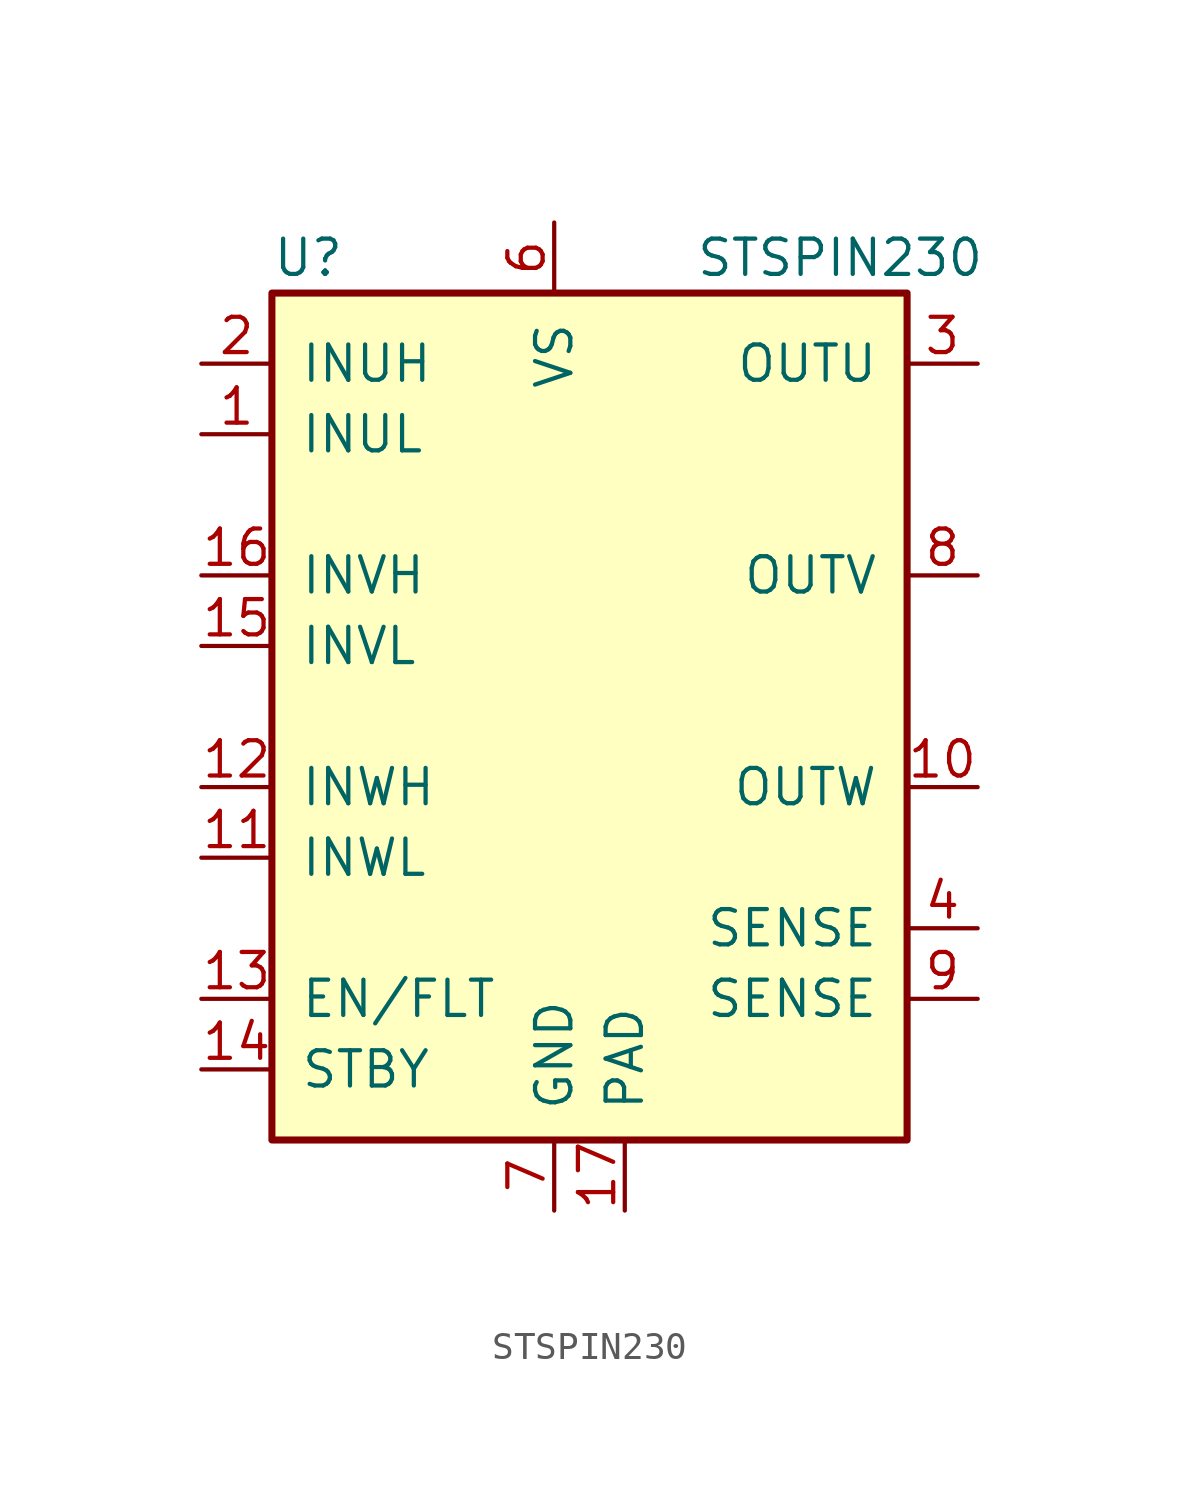
<source format=kicad_sym>
(kicad_symbol_lib
  (version 20211014)
  (generator kicad_symbol_editor)
  (symbol "STSPIN230"
    (pin_names
      (offset 1.016))
    (property "Reference" "U"
      (at -10.16 16.51 0)
      (effects (font (size 1.27 1.27)) (justify left)))
    (property "Value" "STSPIN230"
      (at 5.08 16.51 0)
      (effects (font (size 1.27 1.27)) (justify left)))
    (symbol "STSPIN230_0_1"
      (rectangle (start -10.16 15.24) (end 12.7 -15.24) (stroke (width 0.254) (type default) (color 0 0 0 0)) (fill (type background))))
    (symbol "STSPIN230_1_1"
      (pin input line (at -12.7 12.7 0) (length 2.54) (name "INUH" (effects (font (size 1.27 1.27)))) (number "2" (effects (font (size 1.27 1.27)))))
      (pin power_out line (at 15.24 -2.54 180) (length 2.54) (name "OUTW" (effects (font (size 1.27 1.27)))) (number "10" (effects (font (size 1.27 1.27)))))
      (pin input line (at -12.7 -5.08 0) (length 2.54) (name "INWL" (effects (font (size 1.27 1.27)))) (number "11" (effects (font (size 1.27 1.27)))))
      (pin input line (at -12.7 -2.54 0) (length 2.54) (name "INWH" (effects (font (size 1.27 1.27)))) (number "12" (effects (font (size 1.27 1.27)))))
      (pin bidirectional line (at -12.7 -10.16 0) (length 2.54) (name "EN/FLT" (effects (font (size 1.27 1.27)))) (number "13" (effects (font (size 1.27 1.27)))))
      (pin input line (at -12.7 -12.7 0) (length 2.54) (name "STBY" (effects (font (size 1.27 1.27)))) (number "14" (effects (font (size 1.27 1.27)))))
      (pin input line (at -12.7 2.54 0) (length 2.54) (name "INVL" (effects (font (size 1.27 1.27)))) (number "15" (effects (font (size 1.27 1.27)))))
      (pin input line (at -12.7 5.08 0) (length 2.54) (name "INVH" (effects (font (size 1.27 1.27)))) (number "16" (effects (font (size 1.27 1.27)))))
      (pin power_in line (at 2.54 -17.78 90) (length 2.54) (name "PAD" (effects (font (size 1.27 1.27)))) (number "17" (effects (font (size 1.27 1.27)))))
      (pin input line (at -12.7 10.16 0) (length 2.54) (name "INUL" (effects (font (size 1.27 1.27)))) (number "1" (effects (font (size 1.27 1.27)))))
      (pin power_out line (at 15.24 12.7 180) (length 2.54) (name "OUTU" (effects (font (size 1.27 1.27)))) (number "3" (effects (font (size 1.27 1.27)))))
      (pin input line (at 15.24 -7.62 180) (length 2.54) (name "SENSE" (effects (font (size 1.27 1.27)))) (number "4" (effects (font (size 1.27 1.27)))))
      (pin no_connect line (at 5.08 -17.78 90) (length 2.54) hide (name "NC" (effects (font (size 1.27 1.27)))) (number "5" (effects (font (size 1.27 1.27)))))
      (pin power_in line (at 0 17.78 270) (length 2.54) (name "VS" (effects (font (size 1.27 1.27)))) (number "6" (effects (font (size 1.27 1.27)))))
      (pin power_in line (at 0 -17.78 90) (length 2.54) (name "GND" (effects (font (size 1.27 1.27)))) (number "7" (effects (font (size 1.27 1.27)))))
      (pin power_out line (at 15.24 5.08 180) (length 2.54) (name "OUTV" (effects (font (size 1.27 1.27)))) (number "8" (effects (font (size 1.27 1.27)))))
      (pin input line (at 15.24 -10.16 180) (length 2.54) (name "SENSE" (effects (font (size 1.27 1.27)))) (number "9" (effects (font (size 1.27 1.27))))))))
</source>
